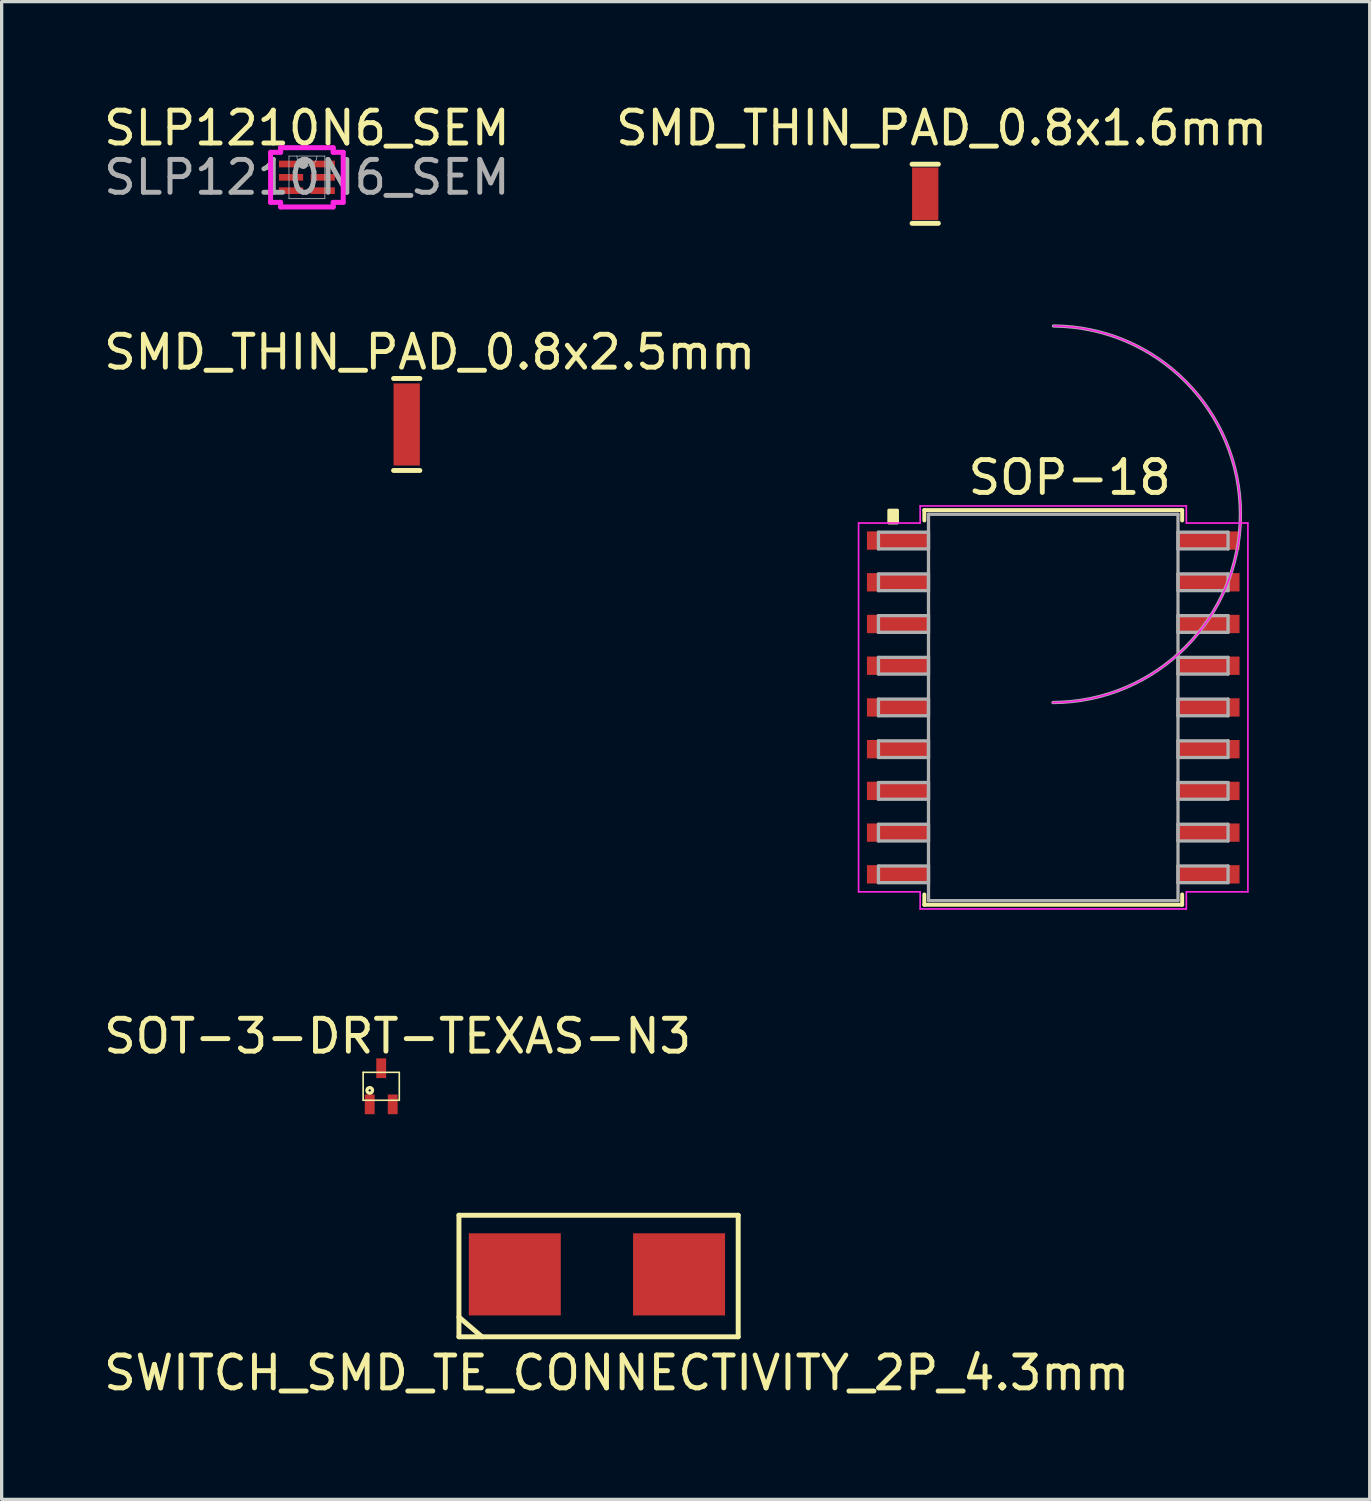
<source format=kicad_pcb>
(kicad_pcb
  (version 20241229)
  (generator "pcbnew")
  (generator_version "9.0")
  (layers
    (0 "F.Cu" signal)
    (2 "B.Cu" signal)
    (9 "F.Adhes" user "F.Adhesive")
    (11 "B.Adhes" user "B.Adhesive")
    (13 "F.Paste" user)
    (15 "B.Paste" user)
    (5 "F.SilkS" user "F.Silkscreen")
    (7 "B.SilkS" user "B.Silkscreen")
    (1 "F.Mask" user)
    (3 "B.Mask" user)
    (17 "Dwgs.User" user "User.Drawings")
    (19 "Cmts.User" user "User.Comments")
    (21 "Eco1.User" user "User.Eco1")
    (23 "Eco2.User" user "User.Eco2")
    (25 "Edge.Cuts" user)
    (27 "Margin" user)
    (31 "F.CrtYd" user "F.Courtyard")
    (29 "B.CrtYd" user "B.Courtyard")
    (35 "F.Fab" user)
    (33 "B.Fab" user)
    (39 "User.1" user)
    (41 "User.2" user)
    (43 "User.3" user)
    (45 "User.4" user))
  (footprint "SOP-18"
    (layer "F.Cu")
    (at 29.01 18.484)
    (property "Reference" "SOP-18" (at 0.5 -7 0) (layer "F.SilkS") (effects (font (size 1 1) (thickness 0.15))))
    (attr smd)
    (fp_line (start -3.924 -6.007) (end -3.924 -5.692) (stroke (width 0.12) (type solid)) (layer "F.SilkS"))
    (fp_line (start -3.924 5.692) (end -3.924 6.007) (stroke (width 0.12) (type solid)) (layer "F.SilkS"))
    (fp_line (start -3.924 6.007) (end 3.924 6.007) (stroke (width 0.12) (type solid)) (layer "F.SilkS"))
    (fp_line (start 3.924 -6.007) (end -3.924 -6.007) (stroke (width 0.12) (type solid)) (layer "F.SilkS"))
    (fp_line (start 3.924 -5.692) (end 3.924 -6.007) (stroke (width 0.12) (type solid)) (layer "F.SilkS"))
    (fp_line (start 3.924 6.007) (end 3.924 5.692) (stroke (width 0.12) (type solid)) (layer "F.SilkS"))
    (fp_poly (pts (xy -4.746 -6) (xy -4.746 -5.619) (xy -5 -5.619) (xy -5 -6)) (stroke (width 0.1) (type solid)) (fill yes) (layer "F.SilkS"))
    (fp_line (start -5.925 -5.613) (end -4.051 -5.613) (stroke (width 0.05) (type solid)) (layer "F.CrtYd"))
    (fp_line (start -5.925 5.613) (end -5.925 -5.613) (stroke (width 0.05) (type solid)) (layer "F.CrtYd"))
    (fp_line (start -4.051 -6.134) (end 4.051 -6.134) (stroke (width 0.05) (type solid)) (layer "F.CrtYd"))
    (fp_line (start -4.051 -5.613) (end -4.051 -6.134) (stroke (width 0.05) (type solid)) (layer "F.CrtYd"))
    (fp_line (start -4.051 5.613) (end -5.925 5.613) (stroke (width 0.05) (type solid)) (layer "F.CrtYd"))
    (fp_line (start -4.051 6.134) (end -4.051 5.613) (stroke (width 0.05) (type solid)) (layer "F.CrtYd"))
    (fp_line (start 4.051 -6.134) (end 4.051 -5.613) (stroke (width 0.05) (type solid)) (layer "F.CrtYd"))
    (fp_line (start 4.051 -5.613) (end 5.925 -5.613) (stroke (width 0.05) (type solid)) (layer "F.CrtYd"))
    (fp_line (start 4.051 5.613) (end 4.051 6.134) (stroke (width 0.05) (type solid)) (layer "F.CrtYd"))
    (fp_line (start 4.051 6.134) (end -4.051 6.134) (stroke (width 0.05) (type solid)) (layer "F.CrtYd"))
    (fp_line (start 5.925 -5.613) (end 5.925 5.613) (stroke (width 0.05) (type solid)) (layer "F.CrtYd"))
    (fp_line (start 5.925 5.613) (end 4.051 5.613) (stroke (width 0.05) (type solid)) (layer "F.CrtYd"))
    (fp_arc (start 0.016075 -11.610846) (mid 5.730746 -5.864025) (end -0.016075 -0.149354) (stroke (width 0.05) (type solid)) (layer "F.CrtYd"))
    (fp_line (start -5.321 -5.334) (end -5.321 -4.826) (stroke (width 0.1) (type solid)) (layer "F.Fab"))
    (fp_line (start -5.321 -4.826) (end -3.797 -4.826) (stroke (width 0.1) (type solid)) (layer "F.Fab"))
    (fp_line (start -5.321 -4.064) (end -5.321 -3.556) (stroke (width 0.1) (type solid)) (layer "F.Fab"))
    (fp_line (start -5.321 -3.556) (end -3.797 -3.556) (stroke (width 0.1) (type solid)) (layer "F.Fab"))
    (fp_line (start -5.321 -2.794) (end -5.321 -2.286) (stroke (width 0.1) (type solid)) (layer "F.Fab"))
    (fp_line (start -5.321 -2.286) (end -3.797 -2.286) (stroke (width 0.1) (type solid)) (layer "F.Fab"))
    (fp_line (start -5.321 -1.524) (end -5.321 -1.016) (stroke (width 0.1) (type solid)) (layer "F.Fab"))
    (fp_line (start -5.321 -1.016) (end -3.797 -1.016) (stroke (width 0.1) (type solid)) (layer "F.Fab"))
    (fp_line (start -5.321 -0.254) (end -5.321 0.254) (stroke (width 0.1) (type solid)) (layer "F.Fab"))
    (fp_line (start -5.321 0.254) (end -3.797 0.254) (stroke (width 0.1) (type solid)) (layer "F.Fab"))
    (fp_line (start -5.321 1.016) (end -5.321 1.524) (stroke (width 0.1) (type solid)) (layer "F.Fab"))
    (fp_line (start -5.321 1.524) (end -3.797 1.524) (stroke (width 0.1) (type solid)) (layer "F.Fab"))
    (fp_line (start -5.321 2.286) (end -5.321 2.794) (stroke (width 0.1) (type solid)) (layer "F.Fab"))
    (fp_line (start -5.321 2.794) (end -3.797 2.794) (stroke (width 0.1) (type solid)) (layer "F.Fab"))
    (fp_line (start -5.321 3.556) (end -5.321 4.064) (stroke (width 0.1) (type solid)) (layer "F.Fab"))
    (fp_line (start -5.321 4.064) (end -3.797 4.064) (stroke (width 0.1) (type solid)) (layer "F.Fab"))
    (fp_line (start -5.321 4.826) (end -5.321 5.334) (stroke (width 0.1) (type solid)) (layer "F.Fab"))
    (fp_line (start -5.321 5.334) (end -3.797 5.334) (stroke (width 0.1) (type solid)) (layer "F.Fab"))
    (fp_line (start -3.797 -5.88) (end -3.797 5.88) (stroke (width 0.1) (type solid)) (layer "F.Fab"))
    (fp_line (start -3.797 -5.334) (end -5.321 -5.334) (stroke (width 0.1) (type solid)) (layer "F.Fab"))
    (fp_line (start -3.797 -4.826) (end -3.797 -5.334) (stroke (width 0.1) (type solid)) (layer "F.Fab"))
    (fp_line (start -3.797 -4.064) (end -5.321 -4.064) (stroke (width 0.1) (type solid)) (layer "F.Fab"))
    (fp_line (start -3.797 -3.556) (end -3.797 -4.064) (stroke (width 0.1) (type solid)) (layer "F.Fab"))
    (fp_line (start -3.797 -2.794) (end -5.321 -2.794) (stroke (width 0.1) (type solid)) (layer "F.Fab"))
    (fp_line (start -3.797 -2.286) (end -3.797 -2.794) (stroke (width 0.1) (type solid)) (layer "F.Fab"))
    (fp_line (start -3.797 -1.524) (end -5.321 -1.524) (stroke (width 0.1) (type solid)) (layer "F.Fab"))
    (fp_line (start -3.797 -1.016) (end -3.797 -1.524) (stroke (width 0.1) (type solid)) (layer "F.Fab"))
    (fp_line (start -3.797 -0.254) (end -5.321 -0.254) (stroke (width 0.1) (type solid)) (layer "F.Fab"))
    (fp_line (start -3.797 0.254) (end -3.797 -0.254) (stroke (width 0.1) (type solid)) (layer "F.Fab"))
    (fp_line (start -3.797 1.016) (end -5.321 1.016) (stroke (width 0.1) (type solid)) (layer "F.Fab"))
    (fp_line (start -3.797 1.524) (end -3.797 1.016) (stroke (width 0.1) (type solid)) (layer "F.Fab"))
    (fp_line (start -3.797 2.286) (end -5.321 2.286) (stroke (width 0.1) (type solid)) (layer "F.Fab"))
    (fp_line (start -3.797 2.794) (end -3.797 2.286) (stroke (width 0.1) (type solid)) (layer "F.Fab"))
    (fp_line (start -3.797 3.556) (end -5.321 3.556) (stroke (width 0.1) (type solid)) (layer "F.Fab"))
    (fp_line (start -3.797 4.064) (end -3.797 3.556) (stroke (width 0.1) (type solid)) (layer "F.Fab"))
    (fp_line (start -3.797 4.826) (end -5.321 4.826) (stroke (width 0.1) (type solid)) (layer "F.Fab"))
    (fp_line (start -3.797 5.334) (end -3.797 4.826) (stroke (width 0.1) (type solid)) (layer "F.Fab"))
    (fp_line (start -3.797 5.88) (end 3.797 5.88) (stroke (width 0.1) (type solid)) (layer "F.Fab"))
    (fp_line (start 3.797 -5.88) (end -3.797 -5.88) (stroke (width 0.1) (type solid)) (layer "F.Fab"))
    (fp_line (start 3.797 -5.334) (end 3.797 -4.826) (stroke (width 0.1) (type solid)) (layer "F.Fab"))
    (fp_line (start 3.797 -4.826) (end 5.321 -4.826) (stroke (width 0.1) (type solid)) (layer "F.Fab"))
    (fp_line (start 3.797 -4.064) (end 3.797 -3.556) (stroke (width 0.1) (type solid)) (layer "F.Fab"))
    (fp_line (start 3.797 -3.556) (end 5.321 -3.556) (stroke (width 0.1) (type solid)) (layer "F.Fab"))
    (fp_line (start 3.797 -2.794) (end 3.797 -2.286) (stroke (width 0.1) (type solid)) (layer "F.Fab"))
    (fp_line (start 3.797 -2.286) (end 5.321 -2.286) (stroke (width 0.1) (type solid)) (layer "F.Fab"))
    (fp_line (start 3.797 -1.524) (end 3.797 -1.016) (stroke (width 0.1) (type solid)) (layer "F.Fab"))
    (fp_line (start 3.797 -1.016) (end 5.321 -1.016) (stroke (width 0.1) (type solid)) (layer "F.Fab"))
    (fp_line (start 3.797 -0.254) (end 3.797 0.254) (stroke (width 0.1) (type solid)) (layer "F.Fab"))
    (fp_line (start 3.797 0.254) (end 5.321 0.254) (stroke (width 0.1) (type solid)) (layer "F.Fab"))
    (fp_line (start 3.797 1.016) (end 3.797 1.524) (stroke (width 0.1) (type solid)) (layer "F.Fab"))
    (fp_line (start 3.797 1.524) (end 5.321 1.524) (stroke (width 0.1) (type solid)) (layer "F.Fab"))
    (fp_line (start 3.797 2.286) (end 3.797 2.794) (stroke (width 0.1) (type solid)) (layer "F.Fab"))
    (fp_line (start 3.797 2.794) (end 5.321 2.794) (stroke (width 0.1) (type solid)) (layer "F.Fab"))
    (fp_line (start 3.797 3.556) (end 3.797 4.064) (stroke (width 0.1) (type solid)) (layer "F.Fab"))
    (fp_line (start 3.797 4.064) (end 5.321 4.064) (stroke (width 0.1) (type solid)) (layer "F.Fab"))
    (fp_line (start 3.797 4.826) (end 3.797 5.334) (stroke (width 0.1) (type solid)) (layer "F.Fab"))
    (fp_line (start 3.797 5.334) (end 5.321 5.334) (stroke (width 0.1) (type solid)) (layer "F.Fab"))
    (fp_line (start 3.797 5.88) (end 3.797 -5.88) (stroke (width 0.1) (type solid)) (layer "F.Fab"))
    (fp_line (start 5.321 -5.334) (end 3.797 -5.334) (stroke (width 0.1) (type solid)) (layer "F.Fab"))
    (fp_line (start 5.321 -4.826) (end 5.321 -5.334) (stroke (width 0.1) (type solid)) (layer "F.Fab"))
    (fp_line (start 5.321 -4.064) (end 3.797 -4.064) (stroke (width 0.1) (type solid)) (layer "F.Fab"))
    (fp_line (start 5.321 -3.556) (end 5.321 -4.064) (stroke (width 0.1) (type solid)) (layer "F.Fab"))
    (fp_line (start 5.321 -2.794) (end 3.797 -2.794) (stroke (width 0.1) (type solid)) (layer "F.Fab"))
    (fp_line (start 5.321 -2.286) (end 5.321 -2.794) (stroke (width 0.1) (type solid)) (layer "F.Fab"))
    (fp_line (start 5.321 -1.524) (end 3.797 -1.524) (stroke (width 0.1) (type solid)) (layer "F.Fab"))
    (fp_line (start 5.321 -1.016) (end 5.321 -1.524) (stroke (width 0.1) (type solid)) (layer "F.Fab"))
    (fp_line (start 5.321 -0.254) (end 3.797 -0.254) (stroke (width 0.1) (type solid)) (layer "F.Fab"))
    (fp_line (start 5.321 0.254) (end 5.321 -0.254) (stroke (width 0.1) (type solid)) (layer "F.Fab"))
    (fp_line (start 5.321 1.016) (end 3.797 1.016) (stroke (width 0.1) (type solid)) (layer "F.Fab"))
    (fp_line (start 5.321 1.524) (end 5.321 1.016) (stroke (width 0.1) (type solid)) (layer "F.Fab"))
    (fp_line (start 5.321 2.286) (end 3.797 2.286) (stroke (width 0.1) (type solid)) (layer "F.Fab"))
    (fp_line (start 5.321 2.794) (end 5.321 2.286) (stroke (width 0.1) (type solid)) (layer "F.Fab"))
    (fp_line (start 5.321 3.556) (end 3.797 3.556) (stroke (width 0.1) (type solid)) (layer "F.Fab"))
    (fp_line (start 5.321 4.064) (end 5.321 3.556) (stroke (width 0.1) (type solid)) (layer "F.Fab"))
    (fp_line (start 5.321 4.826) (end 3.797 4.826) (stroke (width 0.1) (type solid)) (layer "F.Fab"))
    (fp_line (start 5.321 5.334) (end 5.321 4.826) (stroke (width 0.1) (type solid)) (layer "F.Fab"))
    (fp_arc (start 0.007742 -11.610846) (mid 5.730746 -5.872358) (end -0.007742 -0.149354) (stroke (width 0.1) (type solid)) (layer "F.Fab"))
    (pad "1" smd rect (at -4.734 -5.08) (size 1.874 0.558) (layers "F.Cu" "F.Mask" "F.Paste"))
    (pad "2" smd rect (at -4.734 -3.81) (size 1.874 0.558) (layers "F.Cu" "F.Mask" "F.Paste"))
    (pad "3" smd rect (at -4.734 -2.54) (size 1.874 0.558) (layers "F.Cu" "F.Mask" "F.Paste"))
    (pad "4" smd rect (at -4.734 -1.27) (size 1.874 0.558) (layers "F.Cu" "F.Mask" "F.Paste"))
    (pad "5" smd rect (at -4.734 0) (size 1.874 0.558) (layers "F.Cu" "F.Mask" "F.Paste"))
    (pad "6" smd rect (at -4.734 1.27) (size 1.874 0.558) (layers "F.Cu" "F.Mask" "F.Paste"))
    (pad "7" smd rect (at -4.734 2.54) (size 1.874 0.558) (layers "F.Cu" "F.Mask" "F.Paste"))
    (pad "8" smd rect (at -4.734 3.81) (size 1.874 0.558) (layers "F.Cu" "F.Mask" "F.Paste"))
    (pad "9" smd rect (at -4.734 5.08) (size 1.874 0.558) (layers "F.Cu" "F.Mask" "F.Paste"))
    (pad "10" smd rect (at 4.734 5.08) (size 1.874 0.558) (layers "F.Cu" "F.Mask" "F.Paste"))
    (pad "11" smd rect (at 4.734 3.81) (size 1.874 0.558) (layers "F.Cu" "F.Mask" "F.Paste"))
    (pad "12" smd rect (at 4.734 2.54) (size 1.874 0.558) (layers "F.Cu" "F.Mask" "F.Paste"))
    (pad "13" smd rect (at 4.734 1.27) (size 1.874 0.558) (layers "F.Cu" "F.Mask" "F.Paste"))
    (pad "14" smd rect (at 4.734 0) (size 1.874 0.558) (layers "F.Cu" "F.Mask" "F.Paste"))
    (pad "15" smd rect (at 4.734 -1.27) (size 1.874 0.558) (layers "F.Cu" "F.Mask" "F.Paste"))
    (pad "16" smd rect (at 4.734 -2.54) (size 1.874 0.558) (layers "F.Cu" "F.Mask" "F.Paste"))
    (pad "17" smd rect (at 4.734 -3.81) (size 1.874 0.558) (layers "F.Cu" "F.Mask" "F.Paste"))
    (pad "18" smd rect (at 4.734 -5.08) (size 1.874 0.558) (layers "F.Cu" "F.Mask" "F.Paste")))
  (footprint "SWITCH_SMD_TE_CONNECTIVITY_2P_4.3mm"
    (layer "F.Cu")
    (at 15.12 35.741)
    (property "Reference" "SWITCH_SMD_TE_CONNECTIVITY_2P_4.3mm" (at 0.6 3 0) (layer "F.SilkS") (effects (font (size 1 1) (thickness 0.15))))
    (attr through_hole)
    (fp_line (start -4.2 -1.8) (end -4.2 1.9) (stroke (width 0.15) (type solid)) (layer "F.SilkS"))
    (fp_line (start -4.2 1.3) (end -3.5 1.9) (stroke (width 0.15) (type solid)) (layer "F.SilkS"))
    (fp_line (start -4.2 1.9) (end 4.3 1.9) (stroke (width 0.15) (type solid)) (layer "F.SilkS"))
    (fp_line (start 4.3 -1.8) (end -4.2 -1.8) (stroke (width 0.15) (type solid)) (layer "F.SilkS"))
    (fp_line (start 4.3 1.9) (end 4.3 -1.8) (stroke (width 0.15) (type solid)) (layer "F.SilkS"))
    (pad "1" smd rect (at -2.5 0) (size 2.8 2.5) (layers "F.Cu" "F.Mask" "F.Paste"))
    (pad "2" smd rect (at 2.5 0) (size 2.8 2.5) (layers "F.Cu" "F.Mask" "F.Paste")))
  (footprint "SOT-3-DRT-TEXAS-N3"
    (layer "F.Cu")
    (at 8.554 30.016)
    (property "Reference" "SOT-3-DRT-TEXAS-N3" (at 0.5 -1.525 0) (layer "F.SilkS") (effects (font (size 1 1) (thickness 0.15))))
    (attr through_hole)
    (fp_line (start -0.55 -0.425) (end 0.525 -0.425) (stroke (width 0.05) (type solid)) (layer "F.SilkS"))
    (fp_line (start -0.55 0.425) (end -0.55 -0.425) (stroke (width 0.05) (type solid)) (layer "F.SilkS"))
    (fp_line (start 0.55 -0.425) (end 0.55 0.425) (stroke (width 0.05) (type solid)) (layer "F.SilkS"))
    (fp_line (start 0.55 0.425) (end -0.55 0.425) (stroke (width 0.05) (type solid)) (layer "F.SilkS"))
    (fp_circle (center -0.35 0.125) (end -0.325 0.15) (stroke (width 0.1) (type solid)) (fill no) (layer "F.SilkS"))
    (pad "1" smd rect (at -0.35 0.55) (size 0.3 0.6) (layers "F.Cu" "F.Mask" "F.Paste"))
    (pad "2" smd rect (at 0.35 0.55) (size 0.3 0.6) (layers "F.Cu" "F.Mask" "F.Paste"))
    (pad "3" smd rect (at 0 -0.55) (size 0.3 0.6) (layers "F.Cu" "F.Mask" "F.Paste")))
  (footprint "SLP1210N6_SEM"
    (layer "F.Cu")
    (at 6.292 2.348)
    (property "Reference" "SLP1210N6_SEM" (at 0 -1.5 0) (unlocked yes) (layer "F.SilkS") (effects (font (size 1 1) (thickness 0.15))))
    (attr smd)
    (fp_line (start -1.105 -0.762) (end -0.8 -0.762) (stroke (width 0.152) (type solid)) (layer "F.CrtYd"))
    (fp_line (start -1.105 0.762) (end -1.105 -0.762) (stroke (width 0.152) (type solid)) (layer "F.CrtYd"))
    (fp_line (start -1.105 0.762) (end -0.8 0.762) (stroke (width 0.152) (type solid)) (layer "F.CrtYd"))
    (fp_line (start -0.8 -0.902) (end 0.8 -0.902) (stroke (width 0.152) (type solid)) (layer "F.CrtYd"))
    (fp_line (start -0.8 -0.762) (end -0.8 -0.902) (stroke (width 0.152) (type solid)) (layer "F.CrtYd"))
    (fp_line (start -0.8 0.902) (end -0.8 0.762) (stroke (width 0.152) (type solid)) (layer "F.CrtYd"))
    (fp_line (start 0.8 -0.902) (end 0.8 -0.762) (stroke (width 0.152) (type solid)) (layer "F.CrtYd"))
    (fp_line (start 0.8 0.762) (end 0.8 0.902) (stroke (width 0.152) (type solid)) (layer "F.CrtYd"))
    (fp_line (start 0.8 0.902) (end -0.8 0.902) (stroke (width 0.152) (type solid)) (layer "F.CrtYd"))
    (fp_line (start 1.105 -0.762) (end 0.8 -0.762) (stroke (width 0.152) (type solid)) (layer "F.CrtYd"))
    (fp_line (start 1.105 -0.762) (end 1.105 0.762) (stroke (width 0.152) (type solid)) (layer "F.CrtYd"))
    (fp_line (start 1.105 0.762) (end 0.8 0.762) (stroke (width 0.152) (type solid)) (layer "F.CrtYd"))
    (fp_line (start -0.546 -0.648) (end -0.546 0.648) (stroke (width 0.025) (type solid)) (layer "F.Fab"))
    (fp_line (start -0.546 0.648) (end 0.546 0.648) (stroke (width 0.025) (type solid)) (layer "F.Fab"))
    (fp_line (start 0.546 -0.648) (end -0.546 -0.648) (stroke (width 0.025) (type solid)) (layer "F.Fab"))
    (fp_line (start 0.546 0.648) (end 0.546 -0.648) (stroke (width 0.025) (type solid)) (layer "F.Fab"))
    (fp_arc (start 0.3048 -0.6477) (mid 0 -0.3429) (end -0.3048 -0.6477) (stroke (width 0.0254) (type solid)) (layer "F.Fab"))
    (fp_circle (center -0.114 -0.406) (end -0.038 -0.406) (stroke (width 0.152) (type solid)) (fill no) (layer "F.Fab"))
    (fp_text user "${REFERENCE}" (at 0 0 0) (unlocked yes) (layer "F.Fab") (effects (font (size 1 1) (thickness 0.15))))
    (pad "1" smd rect (at -0.483 -0.406) (size 0.737 0.203) (layers "F.Cu" "F.Mask" "F.Paste"))
    (pad "2" smd rect (at -0.483 0) (size 0.737 0.203) (layers "F.Cu" "F.Mask" "F.Paste"))
    (pad "3" smd rect (at -0.483 0.406) (size 0.737 0.203) (layers "F.Cu" "F.Mask" "F.Paste"))
    (pad "4" smd rect (at 0.483 0.406) (size 0.737 0.203) (layers "F.Cu" "F.Mask" "F.Paste"))
    (pad "5" smd rect (at 0.483 0) (size 0.737 0.203) (layers "F.Cu" "F.Mask" "F.Paste"))
    (pad "6" smd rect (at 0.483 -0.406) (size 0.737 0.203) (layers "F.Cu" "F.Mask" "F.Paste")))
  (footprint "SMD_THIN_PAD_0.8x1.6mm"
    (layer "F.Cu")
    (at 25.113 2.848)
    (property "Reference" "SMD_THIN_PAD_0.8x1.6mm" (at 0.5 -2 0) (layer "F.SilkS") (effects (font (size 1 1) (thickness 0.15))))
    (attr through_hole)
    (fp_line (start -0.4 -0.9) (end 0.4 -0.9) (stroke (width 0.15) (type solid)) (layer "F.SilkS"))
    (fp_line (start -0.4 0.9) (end 0.4 0.9) (stroke (width 0.15) (type solid)) (layer "F.SilkS"))
    (pad "1" smd rect (at 0 0) (size 0.8 1.6) (layers "F.Cu" "F.Mask" "F.Paste")))
  (footprint "SMD_THIN_PAD_0.8x2.5mm"
    (layer "F.Cu")
    (at 9.33 9.871)
    (property "Reference" "SMD_THIN_PAD_0.8x2.5mm" (at 0.7 -2.2 0) (layer "F.SilkS") (effects (font (size 1 1) (thickness 0.15))))
    (attr through_hole)
    (fp_line (start -0.4 -1.4) (end 0.4 -1.4) (stroke (width 0.15) (type solid)) (layer "F.SilkS"))
    (fp_line (start -0.4 1.4) (end 0.4 1.4) (stroke (width 0.15) (type solid)) (layer "F.SilkS"))
    (pad "1" smd rect (at 0 0) (size 0.8 2.5) (layers "F.Cu" "F.Mask" "F.Paste")))
  (gr_rect
    (start -3 -3)
    (end 38.643 42.59)
    (stroke (width 0.1) (type default))
    (fill no)
    (layer "Edge.Cuts")))
</source>
